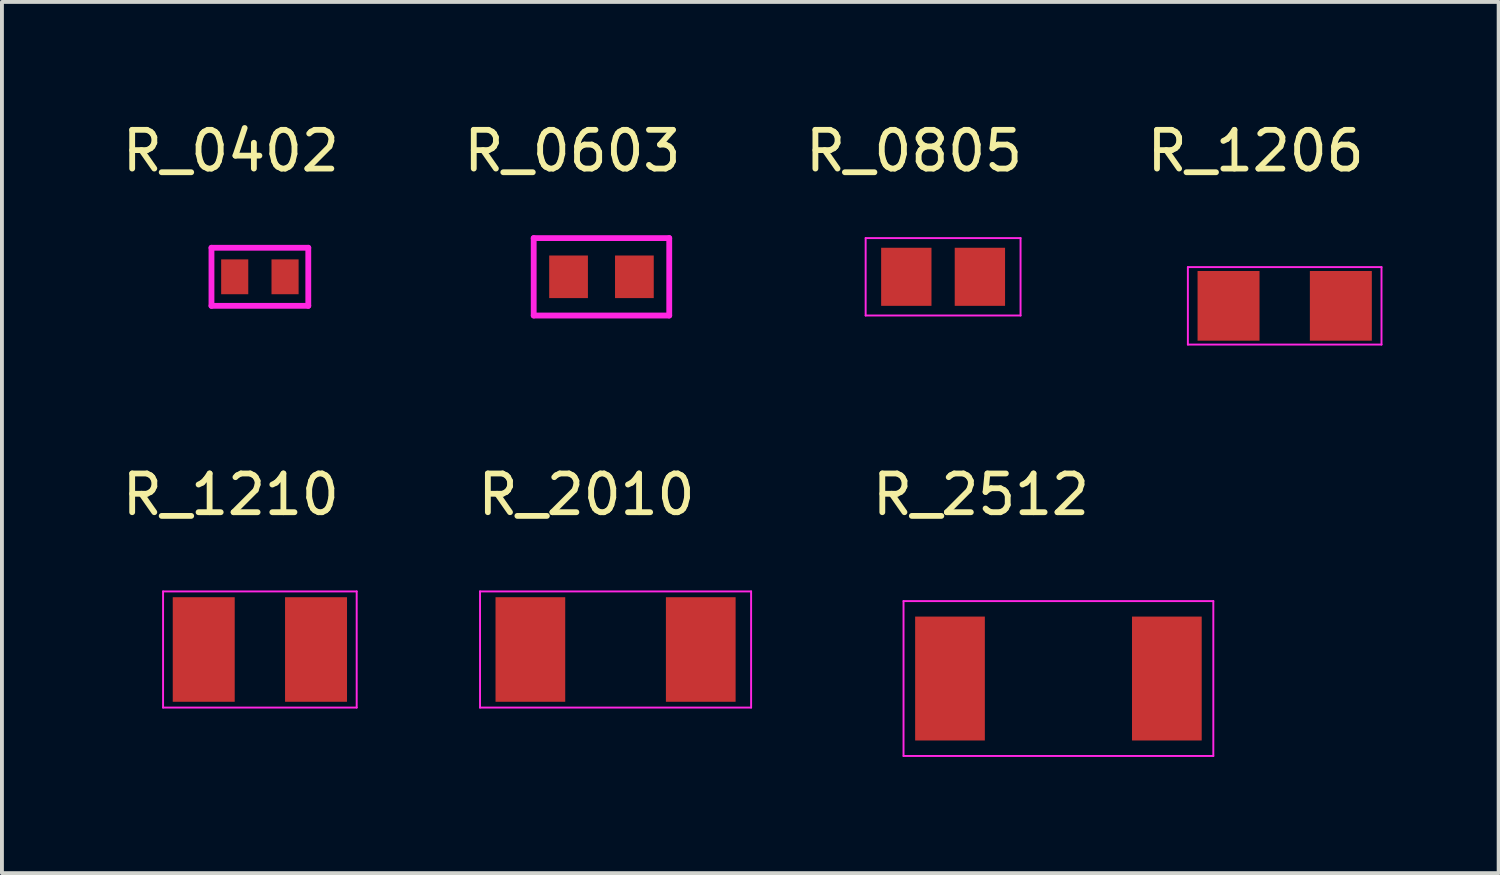
<source format=kicad_pcb>
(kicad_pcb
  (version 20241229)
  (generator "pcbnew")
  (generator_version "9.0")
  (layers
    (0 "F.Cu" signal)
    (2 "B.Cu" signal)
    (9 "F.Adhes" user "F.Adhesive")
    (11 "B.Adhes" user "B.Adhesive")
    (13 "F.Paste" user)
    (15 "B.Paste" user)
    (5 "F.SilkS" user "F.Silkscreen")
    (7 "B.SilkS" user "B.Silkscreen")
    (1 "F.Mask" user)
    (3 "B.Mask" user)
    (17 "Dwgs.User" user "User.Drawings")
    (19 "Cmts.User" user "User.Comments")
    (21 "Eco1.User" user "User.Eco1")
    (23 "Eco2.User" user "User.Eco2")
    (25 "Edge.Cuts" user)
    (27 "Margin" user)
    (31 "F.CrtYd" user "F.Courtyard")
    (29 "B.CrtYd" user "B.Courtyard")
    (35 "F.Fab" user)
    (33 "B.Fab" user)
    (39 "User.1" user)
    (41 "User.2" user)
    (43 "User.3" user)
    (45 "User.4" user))
  (footprint "R_2512"
    (layer "F.Cu")
    (at 24.282 14.472)
    (property "Reference" "R_2512" (at -2 -4.75 0) (layer "F.SilkS") (effects (font (size 1 1) (thickness 0.15))))
    (attr through_hole)
    (fp_line (start -4 -2) (end 4 -2) (stroke (width 0.05) (type solid)) (layer "F.CrtYd"))
    (fp_line (start -4 2) (end -4 -2) (stroke (width 0.05) (type solid)) (layer "F.CrtYd"))
    (fp_line (start 4 -2) (end 4 2) (stroke (width 0.05) (type solid)) (layer "F.CrtYd"))
    (fp_line (start 4 2) (end -4 2) (stroke (width 0.05) (type solid)) (layer "F.CrtYd"))
    (pad "1" smd rect (at -2.8 0) (size 1.8 3.2) (layers "F.Cu" "F.Mask" "F.Paste"))
    (pad "2" smd rect (at 2.8 0) (size 1.8 3.2) (layers "F.Cu" "F.Mask" "F.Paste")))
  (footprint "R_1206"
    (layer "F.Cu")
    (at 30.125 4.848)
    (property "Reference" "R_1206" (at -0.75 -4 0) (layer "F.SilkS") (effects (font (size 1 1) (thickness 0.15))))
    (attr through_hole)
    (fp_line (start -2.5 -1) (end 2.5 -1) (stroke (width 0.05) (type solid)) (layer "F.CrtYd"))
    (fp_line (start -2.5 1) (end -2.5 -1) (stroke (width 0.05) (type solid)) (layer "F.CrtYd"))
    (fp_line (start 2.5 -1) (end 2.5 1) (stroke (width 0.05) (type solid)) (layer "F.CrtYd"))
    (fp_line (start 2.5 1) (end -2.5 1) (stroke (width 0.05) (type solid)) (layer "F.CrtYd"))
    (pad "1" smd rect (at -1.45 0) (size 1.6 1.8) (layers "F.Cu" "F.Mask" "F.Paste"))
    (pad "2" smd rect (at 1.45 0) (size 1.6 1.8) (layers "F.Cu" "F.Mask" "F.Paste")))
  (footprint "R_2010"
    (layer "F.Cu")
    (at 12.846 13.722)
    (property "Reference" "R_2010" (at -0.75 -4 0) (layer "F.SilkS") (effects (font (size 1 1) (thickness 0.15))))
    (attr through_hole)
    (fp_line (start -3.5 -1.5) (end 3.5 -1.5) (stroke (width 0.05) (type solid)) (layer "F.CrtYd"))
    (fp_line (start -3.5 1.5) (end -3.5 -1.5) (stroke (width 0.05) (type solid)) (layer "F.CrtYd"))
    (fp_line (start 3.5 -1.5) (end 3.5 1.5) (stroke (width 0.05) (type solid)) (layer "F.CrtYd"))
    (fp_line (start 3.5 1.5) (end -3.5 1.5) (stroke (width 0.05) (type solid)) (layer "F.CrtYd"))
    (pad "1" smd rect (at -2.2 0) (size 1.8 2.7) (layers "F.Cu" "F.Mask" "F.Paste"))
    (pad "2" smd rect (at 2.2 0) (size 1.8 2.7) (layers "F.Cu" "F.Mask" "F.Paste")))
  (footprint "R_0402"
    (layer "F.Cu")
    (at 3.661 4.098)
    (property "Reference" "R_0402" (at -0.75 -3.25 0) (layer "F.SilkS") (effects (font (size 1 1) (thickness 0.15))))
    (attr through_hole)
    (fp_line (start -1.25 -0.75) (end 1.25 -0.75) (stroke (width 0.15) (type solid)) (layer "F.CrtYd"))
    (fp_line (start -1.25 0.75) (end -1.25 -0.75) (stroke (width 0.15) (type solid)) (layer "F.CrtYd"))
    (fp_line (start 1.25 -0.75) (end 1.25 0.75) (stroke (width 0.15) (type solid)) (layer "F.CrtYd"))
    (fp_line (start 1.25 0.75) (end -1.25 0.75) (stroke (width 0.15) (type solid)) (layer "F.CrtYd"))
    (pad "1" smd rect (at -0.65 0) (size 0.7 0.9) (layers "F.Cu" "F.Mask" "F.Paste"))
    (pad "2" smd rect (at 0.65 0) (size 0.7 0.9) (layers "F.Cu" "F.Mask" "F.Paste")))
  (footprint "R_1210"
    (layer "F.Cu")
    (at 3.661 13.722)
    (property "Reference" "R_1210" (at -0.75 -4 0) (layer "F.SilkS") (effects (font (size 1 1) (thickness 0.15))))
    (attr through_hole)
    (fp_line (start -2.5 -1.5) (end 2.5 -1.5) (stroke (width 0.05) (type solid)) (layer "F.CrtYd"))
    (fp_line (start -2.5 1.5) (end -2.5 -1.5) (stroke (width 0.05) (type solid)) (layer "F.CrtYd"))
    (fp_line (start 2.5 -1.5) (end 2.5 1.5) (stroke (width 0.05) (type solid)) (layer "F.CrtYd"))
    (fp_line (start 2.5 1.5) (end -2.5 1.5) (stroke (width 0.05) (type solid)) (layer "F.CrtYd"))
    (pad "1" smd rect (at -1.45 0) (size 1.6 2.7) (layers "F.Cu" "F.Mask" "F.Paste"))
    (pad "2" smd rect (at 1.45 0) (size 1.6 2.7) (layers "F.Cu" "F.Mask" "F.Paste")))
  (footprint "R_0603"
    (layer "F.Cu")
    (at 12.482 4.098)
    (property "Reference" "R_0603" (at -0.75 -3.25 0) (layer "F.SilkS") (effects (font (size 1 1) (thickness 0.15))))
    (attr through_hole)
    (fp_line (start -1.75 -1) (end 1.75 -1) (stroke (width 0.15) (type solid)) (layer "F.CrtYd"))
    (fp_line (start -1.75 1) (end -1.75 -1) (stroke (width 0.15) (type solid)) (layer "F.CrtYd"))
    (fp_line (start 1.75 -1) (end 1.75 1) (stroke (width 0.15) (type solid)) (layer "F.CrtYd"))
    (fp_line (start 1.75 1) (end -1.75 1) (stroke (width 0.15) (type solid)) (layer "F.CrtYd"))
    (pad "1" smd rect (at -0.85 0) (size 1 1.1) (layers "F.Cu" "F.Mask" "F.Paste"))
    (pad "1" smd rect (at 0.85 0) (size 1 1.1) (layers "F.Cu" "F.Mask" "F.Paste")))
  (footprint "R_0805"
    (layer "F.Cu")
    (at 21.304 4.098)
    (property "Reference" "R_0805" (at -0.75 -3.25 0) (layer "F.SilkS") (effects (font (size 1 1) (thickness 0.15))))
    (attr through_hole)
    (fp_line (start -2 -1) (end 2 -1) (stroke (width 0.05) (type solid)) (layer "F.CrtYd"))
    (fp_line (start -2 1) (end -2 -1) (stroke (width 0.05) (type solid)) (layer "F.CrtYd"))
    (fp_line (start 2 -1) (end 2 1) (stroke (width 0.05) (type solid)) (layer "F.CrtYd"))
    (fp_line (start 2 1) (end -2 1) (stroke (width 0.05) (type solid)) (layer "F.CrtYd"))
    (pad "1" smd rect (at -0.95 0) (size 1.3 1.5) (layers "F.Cu" "F.Mask" "F.Paste"))
    (pad "2" smd rect (at 0.95 0) (size 1.3 1.5) (layers "F.Cu" "F.Mask" "F.Paste")))
  (gr_rect
    (start -3 -3)
    (end 35.65 19.497)
    (stroke (width 0.1) (type default))
    (fill no)
    (layer "Edge.Cuts")))
</source>
